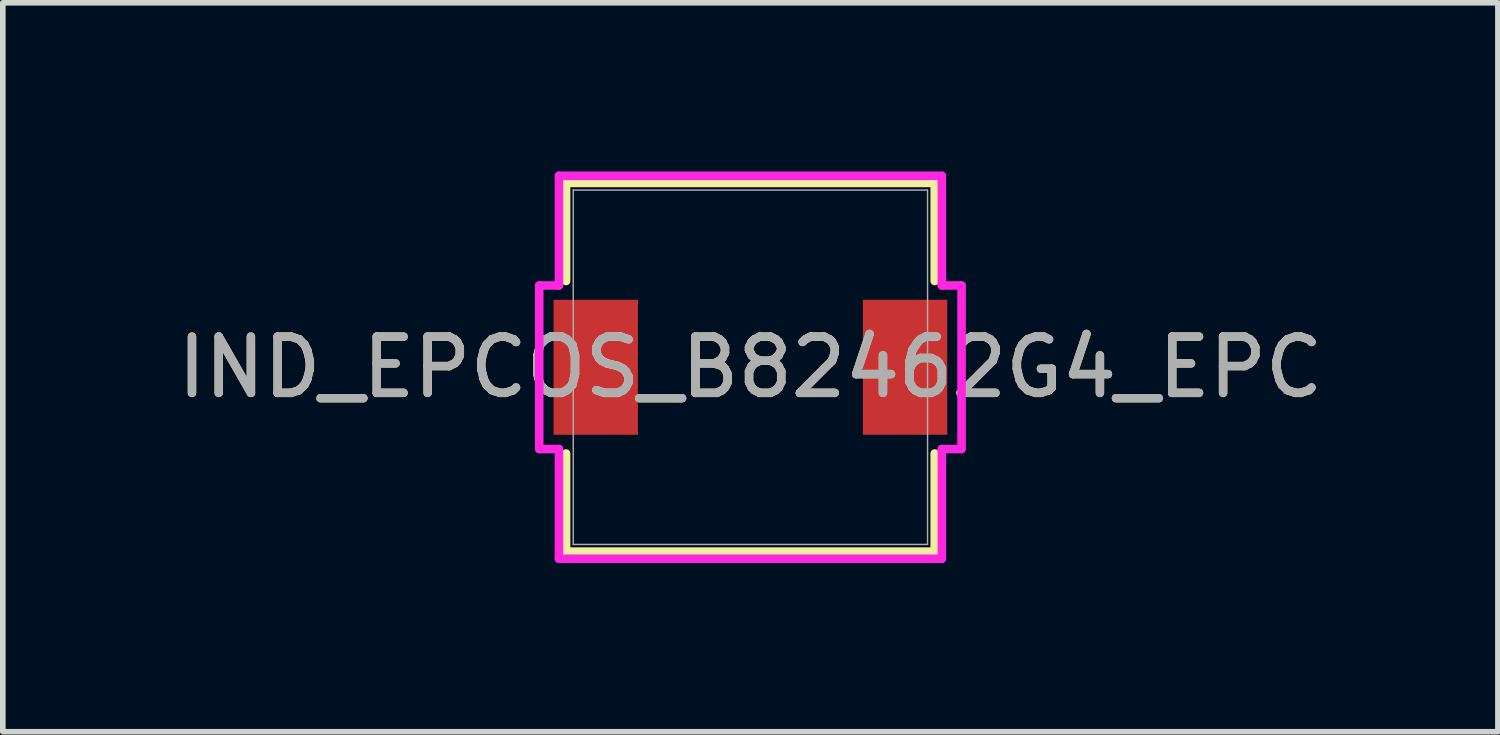
<source format=kicad_pcb>
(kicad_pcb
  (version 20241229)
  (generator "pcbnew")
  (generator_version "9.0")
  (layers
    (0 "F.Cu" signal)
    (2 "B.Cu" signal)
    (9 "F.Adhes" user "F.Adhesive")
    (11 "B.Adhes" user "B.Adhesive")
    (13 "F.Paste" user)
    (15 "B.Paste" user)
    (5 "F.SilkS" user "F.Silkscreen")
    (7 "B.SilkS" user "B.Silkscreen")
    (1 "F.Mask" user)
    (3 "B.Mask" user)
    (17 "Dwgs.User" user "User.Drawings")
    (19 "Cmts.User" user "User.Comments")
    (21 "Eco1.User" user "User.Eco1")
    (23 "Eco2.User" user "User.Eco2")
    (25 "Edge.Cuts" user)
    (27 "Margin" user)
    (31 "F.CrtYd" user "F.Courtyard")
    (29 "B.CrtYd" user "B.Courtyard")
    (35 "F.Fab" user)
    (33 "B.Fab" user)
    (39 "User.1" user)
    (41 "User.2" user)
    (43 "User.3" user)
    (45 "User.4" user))
  (footprint "IND_EPCOS_B82462G4_EPC"
    (layer "F.Cu")
    (at 10.292 3.48)
    (property "Reference" "IND_EPCOS_B82462G4_EPC" (at 0 0 0) (unlocked yes) (layer "F.SilkS") (effects (font (size 1 1) (thickness 0.15))))
    (attr smd)
    (fp_line (start -3.277 -3.277) (end -3.277 -1.533) (stroke (width 0.152) (type solid)) (layer "F.SilkS"))
    (fp_line (start -3.277 1.533) (end -3.277 3.277) (stroke (width 0.152) (type solid)) (layer "F.SilkS"))
    (fp_line (start -3.277 3.277) (end 3.277 3.277) (stroke (width 0.152) (type solid)) (layer "F.SilkS"))
    (fp_line (start 3.277 -3.277) (end -3.277 -3.277) (stroke (width 0.152) (type solid)) (layer "F.SilkS"))
    (fp_line (start 3.277 -1.533) (end 3.277 -3.277) (stroke (width 0.152) (type solid)) (layer "F.SilkS"))
    (fp_line (start 3.277 3.277) (end 3.277 1.533) (stroke (width 0.152) (type solid)) (layer "F.SilkS"))
    (fp_line (start -3.754 -1.454) (end -3.404 -1.454) (stroke (width 0.152) (type solid)) (layer "F.CrtYd"))
    (fp_line (start -3.754 1.454) (end -3.754 -1.454) (stroke (width 0.152) (type solid)) (layer "F.CrtYd"))
    (fp_line (start -3.404 -3.404) (end 3.404 -3.404) (stroke (width 0.152) (type solid)) (layer "F.CrtYd"))
    (fp_line (start -3.404 -1.454) (end -3.404 -3.404) (stroke (width 0.152) (type solid)) (layer "F.CrtYd"))
    (fp_line (start -3.404 1.454) (end -3.754 1.454) (stroke (width 0.152) (type solid)) (layer "F.CrtYd"))
    (fp_line (start -3.404 3.404) (end -3.404 1.454) (stroke (width 0.152) (type solid)) (layer "F.CrtYd"))
    (fp_line (start 3.404 -3.404) (end 3.404 -1.454) (stroke (width 0.152) (type solid)) (layer "F.CrtYd"))
    (fp_line (start 3.404 -1.454) (end 3.754 -1.454) (stroke (width 0.152) (type solid)) (layer "F.CrtYd"))
    (fp_line (start 3.404 1.454) (end 3.404 3.404) (stroke (width 0.152) (type solid)) (layer "F.CrtYd"))
    (fp_line (start 3.404 3.404) (end -3.404 3.404) (stroke (width 0.152) (type solid)) (layer "F.CrtYd"))
    (fp_line (start 3.754 -1.454) (end 3.754 1.454) (stroke (width 0.152) (type solid)) (layer "F.CrtYd"))
    (fp_line (start 3.754 1.454) (end 3.404 1.454) (stroke (width 0.152) (type solid)) (layer "F.CrtYd"))
    (fp_line (start -3.15 -3.15) (end -3.15 3.15) (stroke (width 0.025) (type solid)) (layer "F.Fab"))
    (fp_line (start -3.15 3.15) (end 3.15 3.15) (stroke (width 0.025) (type solid)) (layer "F.Fab"))
    (fp_line (start 3.15 -3.15) (end -3.15 -3.15) (stroke (width 0.025) (type solid)) (layer "F.Fab"))
    (fp_line (start 3.15 3.15) (end 3.15 -3.15) (stroke (width 0.025) (type solid)) (layer "F.Fab"))
    (fp_circle (center -3.074 0) (end -3.074 0) (stroke (width 0.025) (type solid)) (fill no) (layer "F.Fab"))
    (fp_text user "${REFERENCE}" (at 0 0 0) (unlocked yes) (layer "F.Fab") (effects (font (size 1 1) (thickness 0.15))))
    (pad "1" smd rect (at -2.75 0) (size 1.5 2.4) (layers "F.Cu" "F.Mask" "F.Paste"))
    (pad "2" smd rect (at 2.75 0) (size 1.5 2.4) (layers "F.Cu" "F.Mask" "F.Paste"))
    (zone (net_name "") (layer "F.Cu") (hatch full 0.508) (connect_pads) (min_thickness 0.254) (filled_areas_thickness no) (keepout (tracks not_allowed) (vias not_allowed) (pads allowed) (copperpour not_allowed) (footprints allowed)) (placement (enabled no)) (fill) (polygon (pts (xy 8.342 0.381) (xy 12.241 0.381) (xy 12.241 6.579) (xy 8.342 6.579)))))
  (gr_rect
    (start -3 -3)
    (end 23.583 9.96)
    (stroke (width 0.1) (type default))
    (fill no)
    (layer "Edge.Cuts")))
</source>
